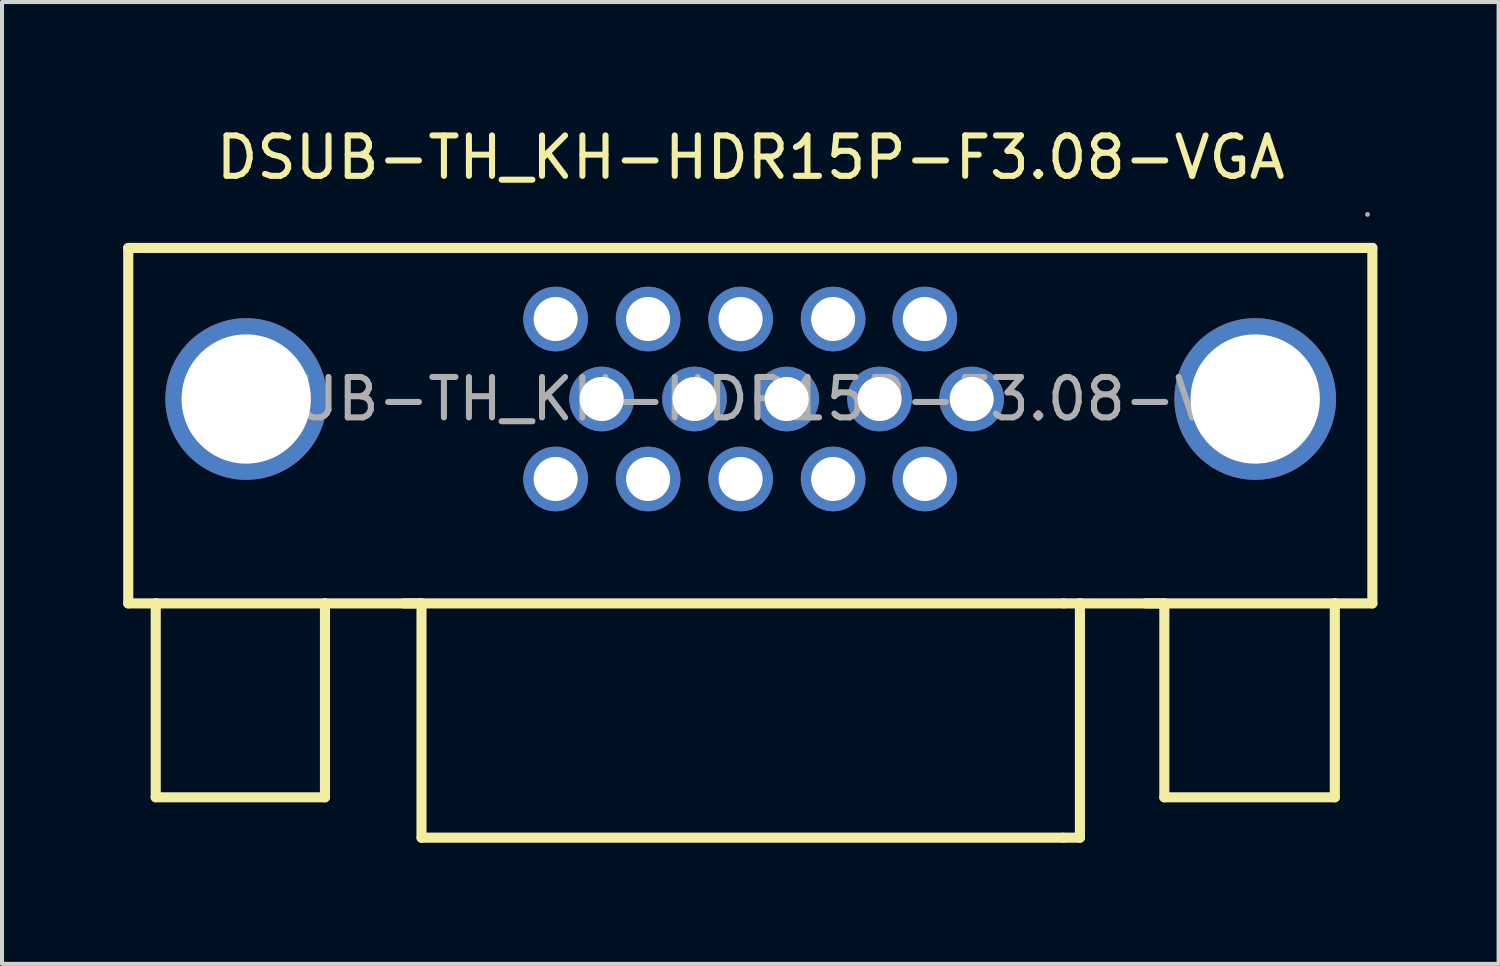
<source format=kicad_pcb>
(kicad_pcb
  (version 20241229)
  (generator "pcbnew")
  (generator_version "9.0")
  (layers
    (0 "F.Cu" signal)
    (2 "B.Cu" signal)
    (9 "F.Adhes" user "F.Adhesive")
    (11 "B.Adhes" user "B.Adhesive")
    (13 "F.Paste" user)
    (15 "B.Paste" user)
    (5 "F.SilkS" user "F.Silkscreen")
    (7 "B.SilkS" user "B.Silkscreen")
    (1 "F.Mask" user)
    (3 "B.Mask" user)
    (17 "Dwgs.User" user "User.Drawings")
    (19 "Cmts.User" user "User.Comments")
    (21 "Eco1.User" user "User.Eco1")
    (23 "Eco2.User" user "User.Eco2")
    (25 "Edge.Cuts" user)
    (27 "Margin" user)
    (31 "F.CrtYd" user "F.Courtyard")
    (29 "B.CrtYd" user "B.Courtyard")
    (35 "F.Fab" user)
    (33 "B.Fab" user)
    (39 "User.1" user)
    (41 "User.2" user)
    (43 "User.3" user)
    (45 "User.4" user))
  (footprint "DSUB-TH_KH-HDR15P-F3.08-VGA"
    (layer "F.Cu")
    (at 15.535 6.828)
    (property "Reference" "DSUB-TH_KH-HDR15P-F3.08-VGA" (at 0 -5.98 0) (layer "F.SilkS") (effects (font (size 1 1) (thickness 0.15))))
    (attr through_hole)
    (fp_line (start -15.41 -3.74) (end -15.41 5.06) (stroke (width 0.25) (type solid)) (layer "F.SilkS"))
    (fp_line (start -15.41 5.06) (end -14.73 5.06) (stroke (width 0.25) (type solid)) (layer "F.SilkS"))
    (fp_line (start -14.73 5.06) (end -14.73 9.86) (stroke (width 0.25) (type solid)) (layer "F.SilkS"))
    (fp_line (start -14.73 9.86) (end -10.54 9.86) (stroke (width 0.25) (type solid)) (layer "F.SilkS"))
    (fp_line (start -10.54 5.06) (end -14.73 5.06) (stroke (width 0.25) (type solid)) (layer "F.SilkS"))
    (fp_line (start -10.54 5.06) (end -8.15 5.06) (stroke (width 0.25) (type solid)) (layer "F.SilkS"))
    (fp_line (start -10.54 9.86) (end -10.54 5.06) (stroke (width 0.25) (type solid)) (layer "F.SilkS"))
    (fp_line (start -8.15 5.06) (end -8.15 10.86) (stroke (width 0.25) (type solid)) (layer "F.SilkS"))
    (fp_line (start -8.15 10.86) (end 7.74 10.86) (stroke (width 0.25) (type solid)) (layer "F.SilkS"))
    (fp_line (start 7.74 10.86) (end 8.15 10.86) (stroke (width 0.25) (type solid)) (layer "F.SilkS"))
    (fp_line (start 7.75 5.06) (end -8.59 5.06) (stroke (width 0.25) (type solid)) (layer "F.SilkS"))
    (fp_line (start 7.75 5.06) (end 8.15 5.06) (stroke (width 0.25) (type solid)) (layer "F.SilkS"))
    (fp_line (start 8.15 5.06) (end 8.15 5.06) (stroke (width 0.25) (type solid)) (layer "F.SilkS"))
    (fp_line (start 8.15 5.06) (end 10.24 5.06) (stroke (width 0.25) (type solid)) (layer "F.SilkS"))
    (fp_line (start 8.15 10.86) (end 8.15 5.06) (stroke (width 0.25) (type solid)) (layer "F.SilkS"))
    (fp_line (start 10.24 5.06) (end 10.24 9.86) (stroke (width 0.25) (type solid)) (layer "F.SilkS"))
    (fp_line (start 10.24 9.86) (end 14.46 9.86) (stroke (width 0.25) (type solid)) (layer "F.SilkS"))
    (fp_line (start 14.46 5.06) (end 15.39 5.06) (stroke (width 0.25) (type solid)) (layer "F.SilkS"))
    (fp_line (start 14.46 9.86) (end 14.46 5.06) (stroke (width 0.25) (type solid)) (layer "F.SilkS"))
    (fp_line (start 14.47 5.06) (end 9.78 5.06) (stroke (width 0.25) (type solid)) (layer "F.SilkS"))
    (fp_line (start 15.39 -3.74) (end -15.41 -3.74) (stroke (width 0.25) (type solid)) (layer "F.SilkS"))
    (fp_line (start 15.39 5.06) (end 15.39 -3.74) (stroke (width 0.25) (type solid)) (layer "F.SilkS"))
    (fp_circle (center 15.27 -4.57) (end 15.3 -4.57) (stroke (width 0.06) (type solid)) (fill no) (layer "F.Fab"))
    (fp_text user "${REFERENCE}" (at 0 0 0) (layer "F.Fab") (effects (font (size 1 1) (thickness 0.15))))
    (pad "1" thru_hole circle (at 4.31 -1.98 180) (size 1.6 1.6) (drill 1.09) (layers "*.Cu" "*.Mask"))
    (pad "2" thru_hole circle (at 2.04 -1.98 180) (size 1.6 1.6) (drill 1.09) (layers "*.Cu" "*.Mask"))
    (pad "3" thru_hole circle (at -0.25 -1.98 180) (size 1.6 1.6) (drill 1.09) (layers "*.Cu" "*.Mask"))
    (pad "4" thru_hole circle (at -2.54 -1.98 180) (size 1.6 1.6) (drill 1.09) (layers "*.Cu" "*.Mask"))
    (pad "5" thru_hole circle (at -4.83 -1.98 180) (size 1.6 1.6) (drill 1.09) (layers "*.Cu" "*.Mask"))
    (pad "6" thru_hole circle (at 5.47 0 180) (size 1.6 1.6) (drill 1.09) (layers "*.Cu" "*.Mask"))
    (pad "7" thru_hole circle (at 3.19 0 180) (size 1.6 1.6) (drill 1.09) (layers "*.Cu" "*.Mask"))
    (pad "8" thru_hole circle (at 0.89 0 180) (size 1.6 1.6) (drill 1.09) (layers "*.Cu" "*.Mask"))
    (pad "9" thru_hole circle (at -1.39 0 180) (size 1.6 1.6) (drill 1.09) (layers "*.Cu" "*.Mask"))
    (pad "10" thru_hole circle (at -3.69 0 180) (size 1.6 1.6) (drill 1.09) (layers "*.Cu" "*.Mask"))
    (pad "11" thru_hole circle (at 4.31 1.98 180) (size 1.6 1.6) (drill 1.09) (layers "*.Cu" "*.Mask"))
    (pad "12" thru_hole circle (at 2.04 1.98 180) (size 1.6 1.6) (drill 1.09) (layers "*.Cu" "*.Mask"))
    (pad "13" thru_hole circle (at -0.25 1.98 180) (size 1.6 1.6) (drill 1.09) (layers "*.Cu" "*.Mask"))
    (pad "14" thru_hole circle (at -2.54 1.98 180) (size 1.6 1.6) (drill 1.09) (layers "*.Cu" "*.Mask"))
    (pad "15" thru_hole circle (at -4.83 1.98 180) (size 1.6 1.6) (drill 1.09) (layers "*.Cu" "*.Mask"))
    (pad "16" thru_hole circle (at 12.49 0) (size 4 4) (drill 3.2) (layers "*.Cu" "*.Mask"))
    (pad "17" thru_hole circle (at -12.49 0) (size 4 4) (drill 3.2) (layers "*.Cu" "*.Mask")))
  (gr_rect
    (start -3 -3)
    (end 34.05 20.813)
    (stroke (width 0.1) (type default))
    (fill no)
    (layer "Edge.Cuts")))
</source>
